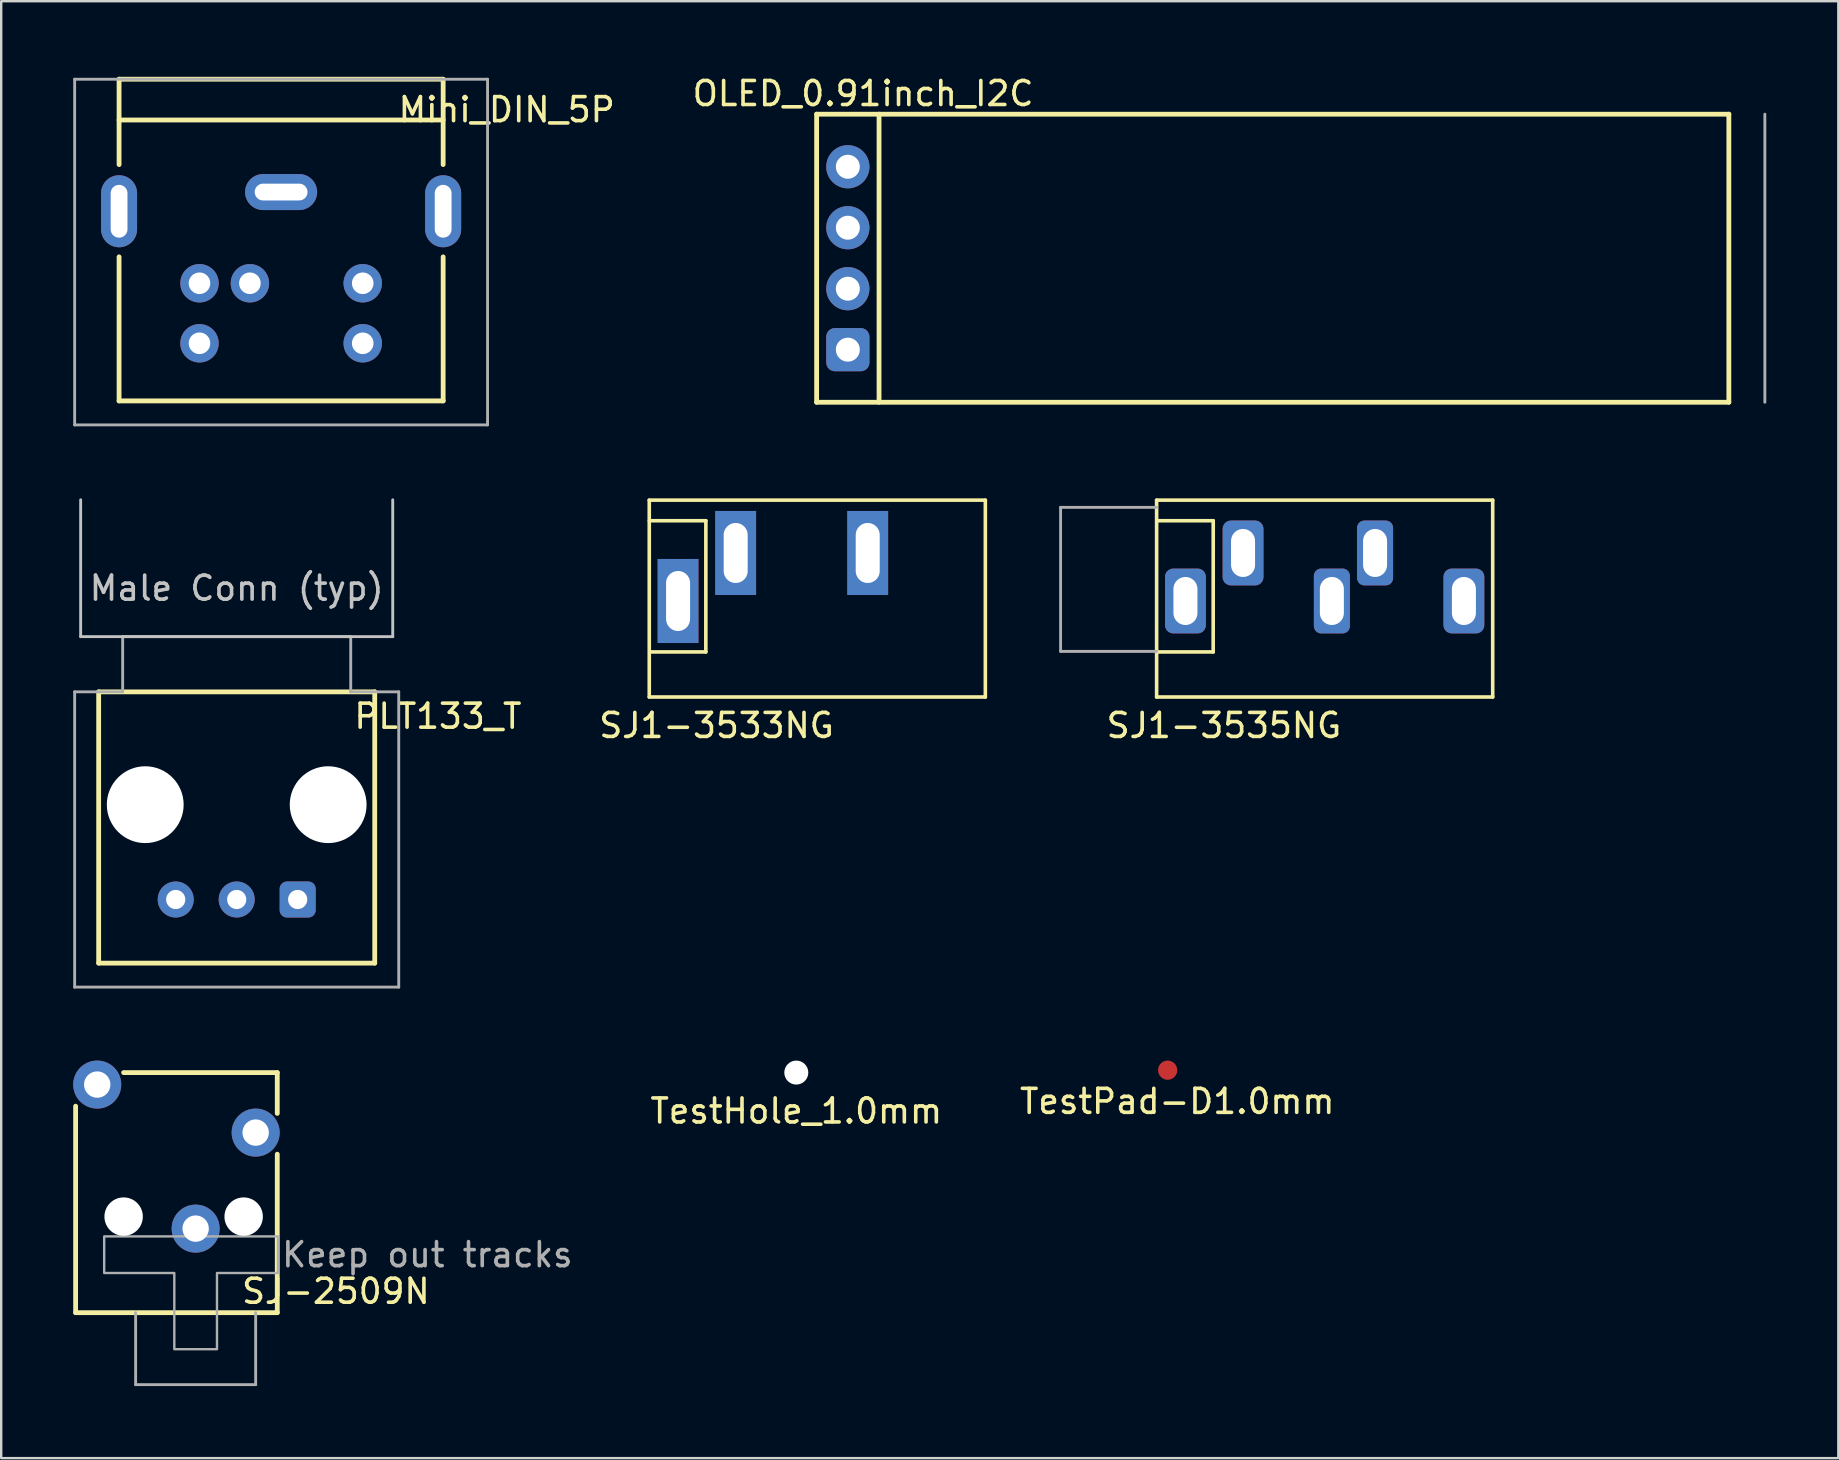
<source format=kicad_pcb>
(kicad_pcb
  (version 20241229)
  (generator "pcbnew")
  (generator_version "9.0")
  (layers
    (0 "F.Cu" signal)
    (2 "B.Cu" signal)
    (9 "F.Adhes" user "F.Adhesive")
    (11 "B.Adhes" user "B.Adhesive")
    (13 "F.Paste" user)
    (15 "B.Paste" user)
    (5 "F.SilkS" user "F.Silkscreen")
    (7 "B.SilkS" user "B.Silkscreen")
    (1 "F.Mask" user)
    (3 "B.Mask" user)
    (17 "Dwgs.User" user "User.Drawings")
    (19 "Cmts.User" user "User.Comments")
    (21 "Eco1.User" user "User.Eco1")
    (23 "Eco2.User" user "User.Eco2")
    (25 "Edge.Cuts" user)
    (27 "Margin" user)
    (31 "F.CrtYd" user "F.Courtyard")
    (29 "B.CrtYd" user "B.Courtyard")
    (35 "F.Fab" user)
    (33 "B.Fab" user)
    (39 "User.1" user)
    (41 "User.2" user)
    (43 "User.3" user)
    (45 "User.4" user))
  (footprint "SJ1-3533NG"
    (layer "F.Cu")
    (at 25.196 21.085)
    (property "Reference" "SJ1-3533NG" (at 1.603 6.086 0) (layer "F.SilkS") (effects (font (size 1 1) (thickness 0.15))))
    (attr through_hole)
    (fp_line (start -1.2 -3.3) (end -1.2 4.9) (stroke (width 0.15) (type solid)) (layer "F.SilkS"))
    (fp_line (start -1.2 4.9) (end 12.8 4.9) (stroke (width 0.15) (type solid)) (layer "F.SilkS"))
    (fp_line (start -1.168 3.023) (end 1.156 3.023) (stroke (width 0.15) (type solid)) (layer "F.SilkS"))
    (fp_line (start 1.156 3.023) (end 1.158 -2.443) (stroke (width 0.15) (type solid)) (layer "F.SilkS"))
    (fp_line (start 1.158 -2.443) (end -1.196 -2.443) (stroke (width 0.15) (type solid)) (layer "F.SilkS"))
    (fp_line (start 12.8 -3.3) (end -1.2 -3.3) (stroke (width 0.15) (type solid)) (layer "F.SilkS"))
    (fp_line (start 12.8 4.9) (end 12.8 -3.3) (stroke (width 0.15) (type solid)) (layer "F.SilkS"))
    (pad "1" thru_hole rect (at 0 0.9) (size 1.7 3.5) (drill oval 1 2.5) (layers "*.Cu" "*.Mask"))
    (pad "2" thru_hole rect (at 2.4 -1.1) (size 1.7 3.5) (drill oval 1 2.5) (layers "*.Cu" "*.Mask"))
    (pad "3" thru_hole rect (at 7.9 -1.1) (size 1.7 3.5) (drill oval 1 2.5) (layers "*.Cu" "*.Mask")))
  (footprint "SJ-2509N"
    (layer "F.Cu")
    (at 5.1 51.63)
    (property "Reference" "SJ-2509N" (at 5.842 -0.889 0) (layer "F.SilkS") (effects (font (size 1 1) (thickness 0.15))))
    (attr through_hole)
    (fp_poly (pts (xy 0.889 -3.175) (xy 3.429 -3.175) (xy 3.429 -1.651) (xy 0.889 -1.651) (xy 0.889 1.524) (xy -0.889 1.524) (xy -0.889 -1.651) (xy -3.81 -1.651) (xy -3.81 -3.175)) (stroke (width 0.1) (type solid)) (fill yes) (layer "F.Mask"))
    (fp_line (start -5 0) (end -5 -8.6) (stroke (width 0.2) (type solid)) (layer "F.SilkS"))
    (fp_line (start -5 0) (end 3.4 0) (stroke (width 0.2) (type solid)) (layer "F.SilkS"))
    (fp_line (start -3 -10) (end 3.4 -10) (stroke (width 0.2) (type solid)) (layer "F.SilkS"))
    (fp_line (start 3.4 -10) (end 3.4 -8.3) (stroke (width 0.2) (type solid)) (layer "F.SilkS"))
    (fp_line (start 3.4 0) (end 3.4 -6.6) (stroke (width 0.2) (type solid)) (layer "F.SilkS"))
    (fp_line (start -2.5 3) (end -2.5 0) (stroke (width 0.12) (type solid)) (layer "F.Fab"))
    (fp_line (start -2.5 3) (end 2.5 3) (stroke (width 0.12) (type solid)) (layer "F.Fab"))
    (fp_line (start 2.5 3) (end 2.5 0) (stroke (width 0.12) (type solid)) (layer "F.Fab"))
    (fp_poly (pts (xy -3.81 -3.175) (xy 3.429 -3.175) (xy 3.429 -1.651) (xy 0.889 -1.651) (xy 0.889 1.524) (xy -0.889 1.524) (xy -0.889 -1.651) (xy -3.81 -1.651)) (stroke (width 0.1) (type solid)) (fill no) (layer "F.Fab"))
    (fp_text user "Keep out tracks" (at 9.652 -2.413 0) (layer "F.Fab") (effects (font (size 1 1) (thickness 0.15))))
    (pad "" np_thru_hole circle (at -3 -4 90) (size 1.6 1.6) (drill 1.6) (layers "*.Cu" "*.Mask"))
    (pad "" np_thru_hole circle (at 2 -4 90) (size 1.6 1.6) (drill 1.6) (layers "*.Cu" "*.Mask"))
    (pad "R" thru_hole circle (at 2.5 -7.5 90) (size 2 2) (drill 1.1) (layers "*.Cu" "*.Mask"))
    (pad "S" thru_hole circle (at 0 -3.5 90) (size 2 2) (drill 1.1) (layers "*.Cu" "*.Mask"))
    (pad "T" thru_hole circle (at -4.1 -9.5 90) (size 2 2) (drill 1.1) (layers "*.Cu" "*.Mask")))
  (footprint "SJ1-3535NG"
    (layer "F.Cu")
    (at 46.331 21.085)
    (property "Reference" "SJ1-3535NG" (at 1.603 6.086 0) (layer "F.SilkS") (effects (font (size 1 1) (thickness 0.15))))
    (attr through_hole)
    (fp_line (start -1.2 -3.3) (end -1.2 4.9) (stroke (width 0.15) (type solid)) (layer "F.SilkS"))
    (fp_line (start -1.2 4.9) (end 12.8 4.9) (stroke (width 0.15) (type solid)) (layer "F.SilkS"))
    (fp_line (start -1.168 3.023) (end 1.156 3.023) (stroke (width 0.15) (type solid)) (layer "F.SilkS"))
    (fp_line (start 1.156 3.023) (end 1.158 -2.443) (stroke (width 0.15) (type solid)) (layer "F.SilkS"))
    (fp_line (start 1.158 -2.443) (end -1.196 -2.443) (stroke (width 0.15) (type solid)) (layer "F.SilkS"))
    (fp_line (start 12.8 -3.3) (end -1.2 -3.3) (stroke (width 0.15) (type solid)) (layer "F.SilkS"))
    (fp_line (start 12.8 4.9) (end 12.8 -3.3) (stroke (width 0.15) (type solid)) (layer "F.SilkS"))
    (fp_line (start -5.2 -3) (end -5.2 3) (stroke (width 0.12) (type solid)) (layer "F.Fab"))
    (fp_line (start -5.2 -3) (end -1.2 -3) (stroke (width 0.12) (type solid)) (layer "F.Fab"))
    (fp_line (start -5.2 3) (end -1.2 3) (stroke (width 0.12) (type solid)) (layer "F.Fab"))
    (pad "R" thru_hole roundrect (at 7.9 -1.1) (size 1.5 2.7) (drill oval 1 2) (layers "*.Cu" "*.Mask") (roundrect_rratio 0.2))
    (pad "RN" thru_hole roundrect (at 6.1 0.9) (size 1.5 2.7) (drill oval 1 2) (layers "*.Cu" "*.Mask") (roundrect_rratio 0.2))
    (pad "S" thru_hole roundrect (at 0 0.9) (size 1.7 2.7) (drill oval 1 2) (layers "*.Cu" "*.Mask") (roundrect_rratio 0.2))
    (pad "T" thru_hole roundrect (at 2.4 -1.1) (size 1.7 2.7) (drill oval 1 2) (layers "*.Cu" "*.Mask") (roundrect_rratio 0.2))
    (pad "TN" thru_hole roundrect (at 11.6 0.9) (size 1.7 2.7) (drill oval 1 2) (layers "*.Cu" "*.Mask") (roundrect_rratio 0.2)))
  (footprint "TestHole_1.0mm"
    (layer "F.Cu")
    (at 30.121 41.63)
    (property "Reference" "TestHole_1.0mm" (at 0 1.6 0) (layer "F.SilkS") (effects (font (size 1 1) (thickness 0.15))))
    (attr through_hole)
    (pad "" np_thru_hole circle (at 0 0) (size 1 1) (drill 1) (layers "*.Cu" "*.Mask")))
  (footprint "PLT133_T"
    (layer "F.Cu")
    (at 6.81 25.77)
    (property "Reference" "PLT133_T" (at 8.382 1.016 0) (layer "F.SilkS") (effects (font (size 1 1) (thickness 0.15))))
    (attr through_hole)
    (fp_line (start -5.75 0) (end -5.75 11.3) (stroke (width 0.2) (type solid)) (layer "F.SilkS"))
    (fp_line (start 5.75 0) (end -5.75 0) (stroke (width 0.2) (type solid)) (layer "F.SilkS"))
    (fp_line (start 5.75 0) (end 5.75 11.3) (stroke (width 0.2) (type solid)) (layer "F.SilkS"))
    (fp_line (start 5.75 11.3) (end -5.75 11.3) (stroke (width 0.2) (type solid)) (layer "F.SilkS"))
    (fp_line (start -6.5 -2.3) (end -6.5 -8) (stroke (width 0.12) (type solid)) (layer "Dwgs.User"))
    (fp_line (start -6.5 -2.3) (end 6.5 -2.3) (stroke (width 0.12) (type solid)) (layer "Dwgs.User"))
    (fp_line (start 6.5 -2.3) (end 6.5 -8) (stroke (width 0.12) (type solid)) (layer "Dwgs.User"))
    (fp_line (start -6.75 0) (end -6.75 12.3) (stroke (width 0.12) (type solid)) (layer "F.Fab"))
    (fp_line (start -4.75 -2.3) (end -4.75 0) (stroke (width 0.12) (type solid)) (layer "F.Fab"))
    (fp_line (start -4.75 0) (end -6.75 0) (stroke (width 0.12) (type solid)) (layer "F.Fab"))
    (fp_line (start 4.75 -2.3) (end -4.75 -2.3) (stroke (width 0.12) (type solid)) (layer "F.Fab"))
    (fp_line (start 4.75 -2.3) (end 4.75 0) (stroke (width 0.12) (type solid)) (layer "F.Fab"))
    (fp_line (start 6.75 0) (end 4.75 0) (stroke (width 0.12) (type solid)) (layer "F.Fab"))
    (fp_line (start 6.75 0) (end 6.75 12.3) (stroke (width 0.12) (type solid)) (layer "F.Fab"))
    (fp_line (start 6.75 12.3) (end -6.75 12.3) (stroke (width 0.12) (type solid)) (layer "F.Fab"))
    (fp_text user "Male Conn (typ)" (at 0 -4.318 0) (layer "Dwgs.User") (effects (font (size 1 1) (thickness 0.15))))
    (pad "" np_thru_hole circle (at -3.81 4.7) (size 3.2 3.2) (drill 3.2) (layers "*.Cu" "*.Mask"))
    (pad "" np_thru_hole circle (at 3.81 4.7) (size 3.2 3.2) (drill 3.2) (layers "*.Cu" "*.Mask"))
    (pad "1" thru_hole roundrect (at 2.54 8.65) (size 1.5 1.5) (drill 0.8) (layers "*.Cu" "*.Mask") (roundrect_rratio 0.2))
    (pad "2" thru_hole circle (at 0 8.65) (size 1.5 1.5) (drill 0.8) (layers "*.Cu" "*.Mask"))
    (pad "3" thru_hole circle (at -2.54 8.65) (size 1.5 1.5) (drill 0.8) (layers "*.Cu" "*.Mask")))
  (footprint "Mini_DIN_5P"
    (layer "F.Cu")
    (at 8.66 0.25)
    (property "Reference" "Mini_DIN_5P" (at 9.398 1.27 0) (layer "F.SilkS") (effects (font (size 1 1) (thickness 0.15))))
    (attr through_hole)
    (fp_line (start -6.75 0) (end -6.75 3.556) (stroke (width 0.2) (type solid)) (layer "F.SilkS"))
    (fp_line (start -6.75 0) (end 6.75 0) (stroke (width 0.2) (type solid)) (layer "F.SilkS"))
    (fp_line (start -6.75 1.7) (end 6.75 1.7) (stroke (width 0.2) (type solid)) (layer "F.SilkS"))
    (fp_line (start -6.75 7.4) (end -6.75 13.4) (stroke (width 0.2) (type solid)) (layer "F.SilkS"))
    (fp_line (start -6.75 13.4) (end 6.75 13.4) (stroke (width 0.2) (type solid)) (layer "F.SilkS"))
    (fp_line (start 6.75 0) (end 6.75 3.556) (stroke (width 0.2) (type solid)) (layer "F.SilkS"))
    (fp_line (start 6.75 7.4) (end 6.75 13.4) (stroke (width 0.2) (type solid)) (layer "F.SilkS"))
    (fp_line (start -8.6 0) (end 8.6 0) (stroke (width 0.12) (type solid)) (layer "F.Fab"))
    (fp_line (start -8.6 14.4) (end -8.6 0) (stroke (width 0.12) (type solid)) (layer "F.Fab"))
    (fp_line (start 8.6 14.4) (end -8.6 14.4) (stroke (width 0.12) (type solid)) (layer "F.Fab"))
    (fp_line (start 8.6 14.4) (end 8.6 0) (stroke (width 0.12) (type solid)) (layer "F.Fab"))
    (pad "1" thru_hole circle (at -1.3 8.5) (size 1.6 1.6) (drill 0.9) (layers "*.Cu" "*.Mask"))
    (pad "2" thru_hole circle (at -3.4 8.5) (size 1.6 1.6) (drill 0.9) (layers "*.Cu" "*.Mask"))
    (pad "3" thru_hole circle (at 3.4 8.5) (size 1.6 1.6) (drill 0.9) (layers "*.Cu" "*.Mask"))
    (pad "4" thru_hole circle (at -3.4 11) (size 1.6 1.6) (drill 0.9) (layers "*.Cu" "*.Mask"))
    (pad "5" thru_hole circle (at 3.4 11) (size 1.6 1.6) (drill 0.9) (layers "*.Cu" "*.Mask"))
    (pad "GND" thru_hole oval (at -6.75 5.5) (size 1.5 3) (drill oval 0.7 2.2) (layers "*.Cu" "*.Mask"))
    (pad "GND" thru_hole oval (at 0 4.7) (size 3 1.5) (drill oval 2.2 0.7) (layers "*.Cu" "*.Mask"))
    (pad "GND" thru_hole oval (at 6.75 5.5) (size 1.5 3) (drill oval 0.7 2.2) (layers "*.Cu" "*.Mask")))
  (footprint "TestPad-D1.0mm"
    (layer "F.Cu")
    (at 45.59 41.53)
    (property "Reference" "TestPad-D1.0mm" (at 0.4 1.3 0) (layer "F.SilkS") (effects (font (size 1 1) (thickness 0.15))))
    (attr through_hole)
    (pad "1" smd circle (at 0 0) (size 0.8 0.8) (layers "F.Cu" "F.Mask" "F.Paste")))
  (footprint "OLED_0.91inch_I2C"
    (layer "F.Cu")
    (at 32.268 11.516)
    (property "Reference" "OLED_0.91inch_I2C" (at 0.635 -10.668 0) (layer "F.SilkS") (effects (font (size 1 1) (thickness 0.15))))
    (attr through_hole)
    (fp_line (start -1.3 -9.81) (end -1.3 2.19) (stroke (width 0.2) (type solid)) (layer "F.SilkS"))
    (fp_line (start -1.3 -9.81) (end 36.7 -9.81) (stroke (width 0.2) (type solid)) (layer "F.SilkS"))
    (fp_line (start -1.3 2.19) (end 36.7 2.19) (stroke (width 0.2) (type solid)) (layer "F.SilkS"))
    (fp_line (start 1.3 -9.81) (end 1.3 2.19) (stroke (width 0.2) (type solid)) (layer "F.SilkS"))
    (fp_line (start 36.7 -9.81) (end 36.7 2.19) (stroke (width 0.2) (type solid)) (layer "F.SilkS"))
    (fp_line (start 38.2 -9.81) (end 38.2 2.19) (stroke (width 0.12) (type solid)) (layer "F.Fab"))
    (pad "1" thru_hole roundrect (at 0 0) (size 1.8 1.8) (drill 1) (layers "*.Cu" "*.Mask") (roundrect_rratio 0.2))
    (pad "2" thru_hole circle (at 0 -2.54) (size 1.8 1.8) (drill 1) (layers "*.Cu" "*.Mask"))
    (pad "3" thru_hole circle (at 0 -5.08) (size 1.8 1.8) (drill 1) (layers "*.Cu" "*.Mask"))
    (pad "4" thru_hole circle (at 0 -7.62) (size 1.8 1.8) (drill 1) (layers "*.Cu" "*.Mask")))
  (gr_rect
    (start -3 -3)
    (end 73.528 57.69)
    (stroke (width 0.1) (type default))
    (fill no)
    (layer "Edge.Cuts")))
</source>
